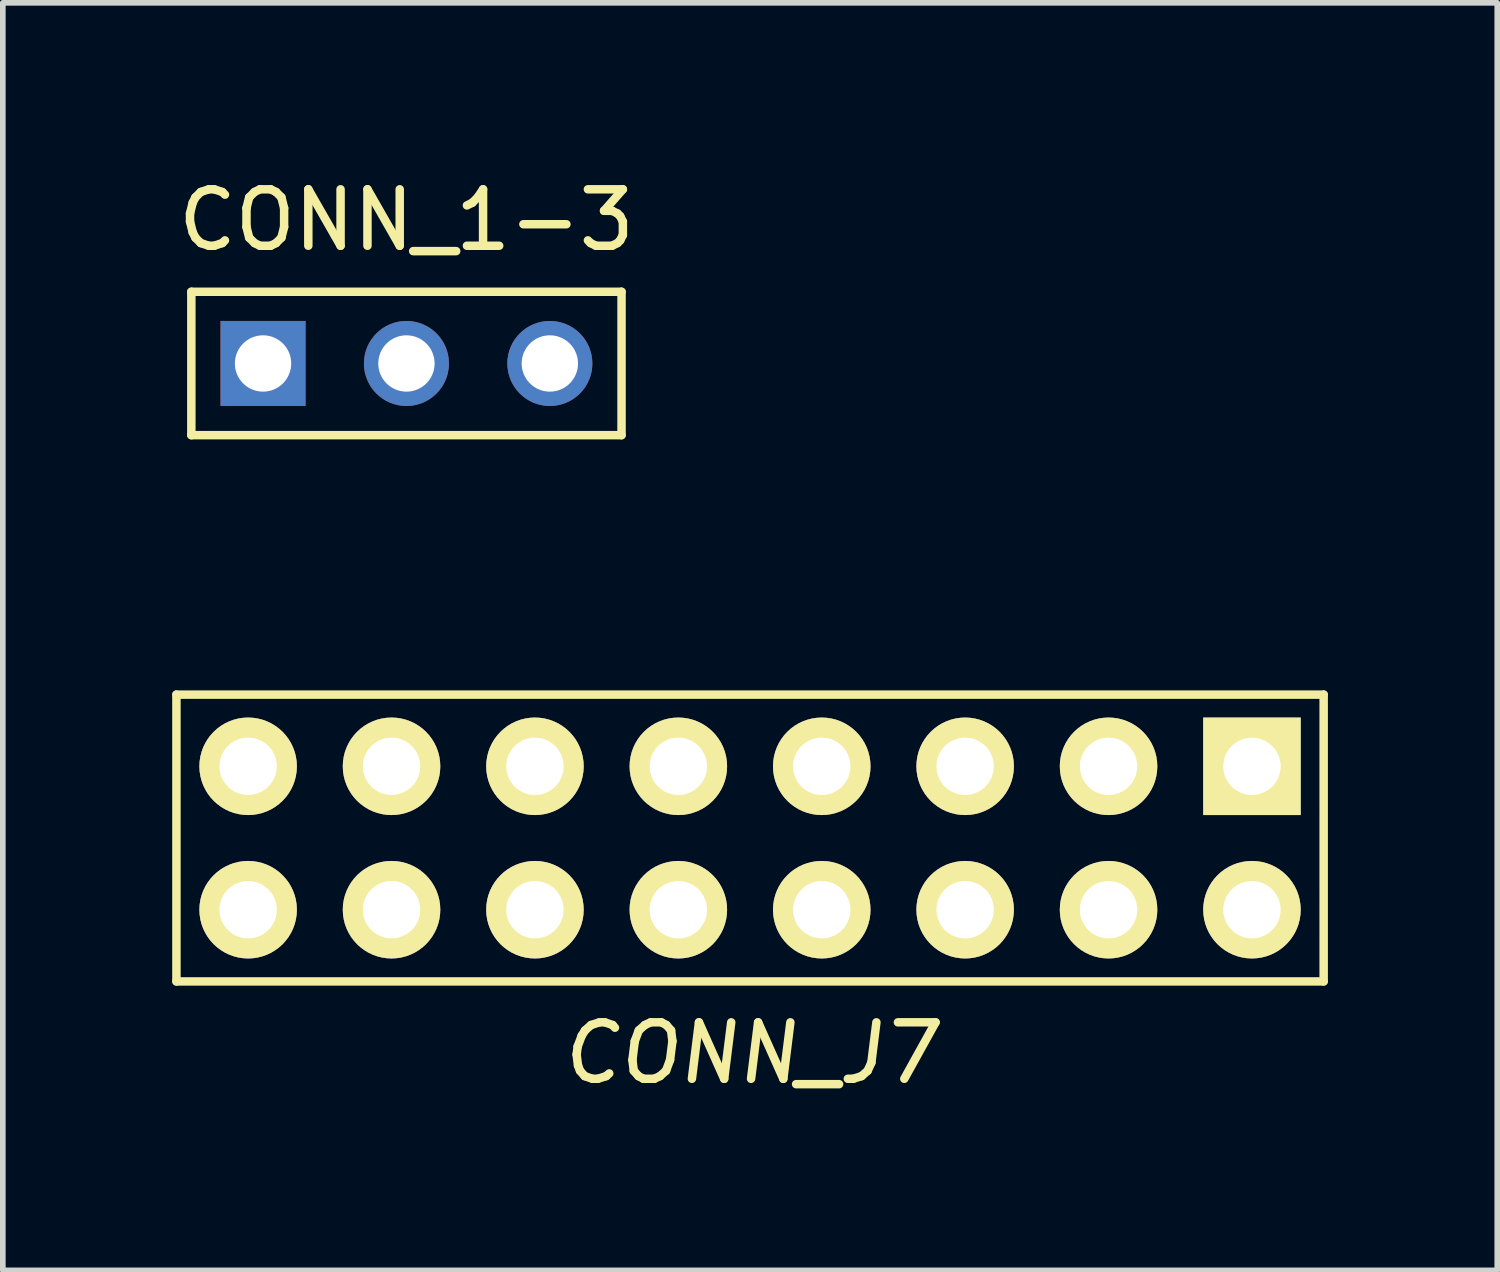
<source format=kicad_pcb>
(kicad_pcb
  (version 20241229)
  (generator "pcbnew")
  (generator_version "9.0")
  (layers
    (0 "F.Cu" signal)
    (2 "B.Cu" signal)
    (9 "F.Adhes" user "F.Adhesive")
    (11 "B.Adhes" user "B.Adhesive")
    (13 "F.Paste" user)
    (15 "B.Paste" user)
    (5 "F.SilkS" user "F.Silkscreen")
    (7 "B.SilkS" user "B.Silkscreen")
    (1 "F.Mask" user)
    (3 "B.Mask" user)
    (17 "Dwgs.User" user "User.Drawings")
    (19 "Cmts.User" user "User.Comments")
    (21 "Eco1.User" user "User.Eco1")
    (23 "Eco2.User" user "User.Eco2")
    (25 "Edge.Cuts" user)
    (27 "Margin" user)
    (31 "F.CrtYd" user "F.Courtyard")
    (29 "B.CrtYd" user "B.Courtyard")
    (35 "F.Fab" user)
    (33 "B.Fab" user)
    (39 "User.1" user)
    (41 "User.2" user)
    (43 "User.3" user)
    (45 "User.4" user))
  (footprint "CONN_1-3"
    (layer "F.Cu")
    (at 4.149 3.388)
    (property "Reference" "CONN_1-3" (at 0 -2.54 0) (layer "F.SilkS") (effects (font (size 1 1) (thickness 0.15))))
    (attr exclude_from_pos_files exclude_from_bom)
    (fp_line (start -3.81 -1.27) (end -3.81 1.27) (stroke (width 0.15) (type solid)) (layer "F.SilkS"))
    (fp_line (start -3.81 1.27) (end 3.81 1.27) (stroke (width 0.15) (type solid)) (layer "F.SilkS"))
    (fp_line (start 3.81 -1.27) (end -3.81 -1.27) (stroke (width 0.15) (type solid)) (layer "F.SilkS"))
    (fp_line (start 3.81 1.27) (end 3.81 -1.27) (stroke (width 0.15) (type solid)) (layer "F.SilkS"))
    (pad "1" thru_hole rect (at -2.54 0) (size 1.506 1.506) (drill 0.998) (layers "*.Cu" "*.Mask"))
    (pad "2" thru_hole circle (at 0 0) (size 1.506 1.506) (drill 0.998) (layers "*.Cu" "*.Mask"))
    (pad "3" thru_hole circle (at 2.54 0) (size 1.506 1.506) (drill 0.998) (layers "*.Cu" "*.Mask")))
  (footprint "CONN_J7"
    (layer "F.Cu")
    (at 10.235 7.983)
    (property "Reference" "CONN_J7" (at 0 7.62 0) (layer "F.SilkS") (effects (font (size 1 1) (thickness 0.15) (italic yes))))
    (attr through_hole)
    (fp_line (start -10.16 1.27) (end -10.16 6.35) (stroke (width 0.15) (type solid)) (layer "F.SilkS"))
    (fp_line (start -10.16 6.35) (end 10.16 6.35) (stroke (width 0.15) (type solid)) (layer "F.SilkS"))
    (fp_line (start 10.16 1.27) (end -10.16 1.27) (stroke (width 0.15) (type solid)) (layer "F.SilkS"))
    (fp_line (start 10.16 6.35) (end 10.16 1.27) (stroke (width 0.15) (type solid)) (layer "F.SilkS"))
    (pad "1" thru_hole rect (at 8.89 2.54) (size 1.727 1.727) (drill 1.016) (layers "*.Cu" "*.Mask" "F.SilkS"))
    (pad "2" thru_hole circle (at 8.89 5.08) (size 1.727 1.727) (drill 1.016) (layers "*.Cu" "*.Mask" "F.SilkS"))
    (pad "3" thru_hole circle (at 6.35 2.54) (size 1.727 1.727) (drill 1.016) (layers "*.Cu" "*.Mask" "F.SilkS"))
    (pad "4" thru_hole circle (at 6.35 5.08) (size 1.727 1.727) (drill 1.016) (layers "*.Cu" "*.Mask" "F.SilkS"))
    (pad "5" thru_hole circle (at 3.81 2.54) (size 1.727 1.727) (drill 1.016) (layers "*.Cu" "*.Mask" "F.SilkS"))
    (pad "6" thru_hole circle (at 3.81 5.08) (size 1.727 1.727) (drill 1.016) (layers "*.Cu" "*.Mask" "F.SilkS"))
    (pad "7" thru_hole circle (at 1.27 2.54) (size 1.727 1.727) (drill 1.016) (layers "*.Cu" "*.Mask" "F.SilkS"))
    (pad "8" thru_hole circle (at 1.27 5.08) (size 1.727 1.727) (drill 1.016) (layers "*.Cu" "*.Mask" "F.SilkS"))
    (pad "9" thru_hole circle (at -1.27 2.54) (size 1.727 1.727) (drill 1.016) (layers "*.Cu" "*.Mask" "F.SilkS"))
    (pad "10" thru_hole circle (at -1.27 5.08) (size 1.727 1.727) (drill 1.016) (layers "*.Cu" "*.Mask" "F.SilkS"))
    (pad "11" thru_hole circle (at -3.81 2.54) (size 1.727 1.727) (drill 1.016) (layers "*.Cu" "*.Mask" "F.SilkS"))
    (pad "12" thru_hole circle (at -3.81 5.08) (size 1.727 1.727) (drill 1.016) (layers "*.Cu" "*.Mask" "F.SilkS"))
    (pad "14" thru_hole circle (at -6.35 5.08) (size 1.727 1.727) (drill 1.016) (layers "*.Cu" "*.Mask" "F.SilkS"))
    (pad "15" thru_hole circle (at -8.89 2.54) (size 1.727 1.727) (drill 1.016) (layers "*.Cu" "*.Mask" "F.SilkS"))
    (pad "16" thru_hole circle (at -8.89 5.08) (size 1.727 1.727) (drill 1.016) (layers "*.Cu" "*.Mask" "F.SilkS"))
    (pad "G" thru_hole circle (at -6.35 2.54) (size 1.727 1.727) (drill 1.016) (layers "*.Cu" "*.Mask" "F.SilkS")))
  (gr_rect
    (start -3 -3)
    (end 23.47 19.451)
    (stroke (width 0.1) (type default))
    (fill no)
    (layer "Edge.Cuts")))
</source>
